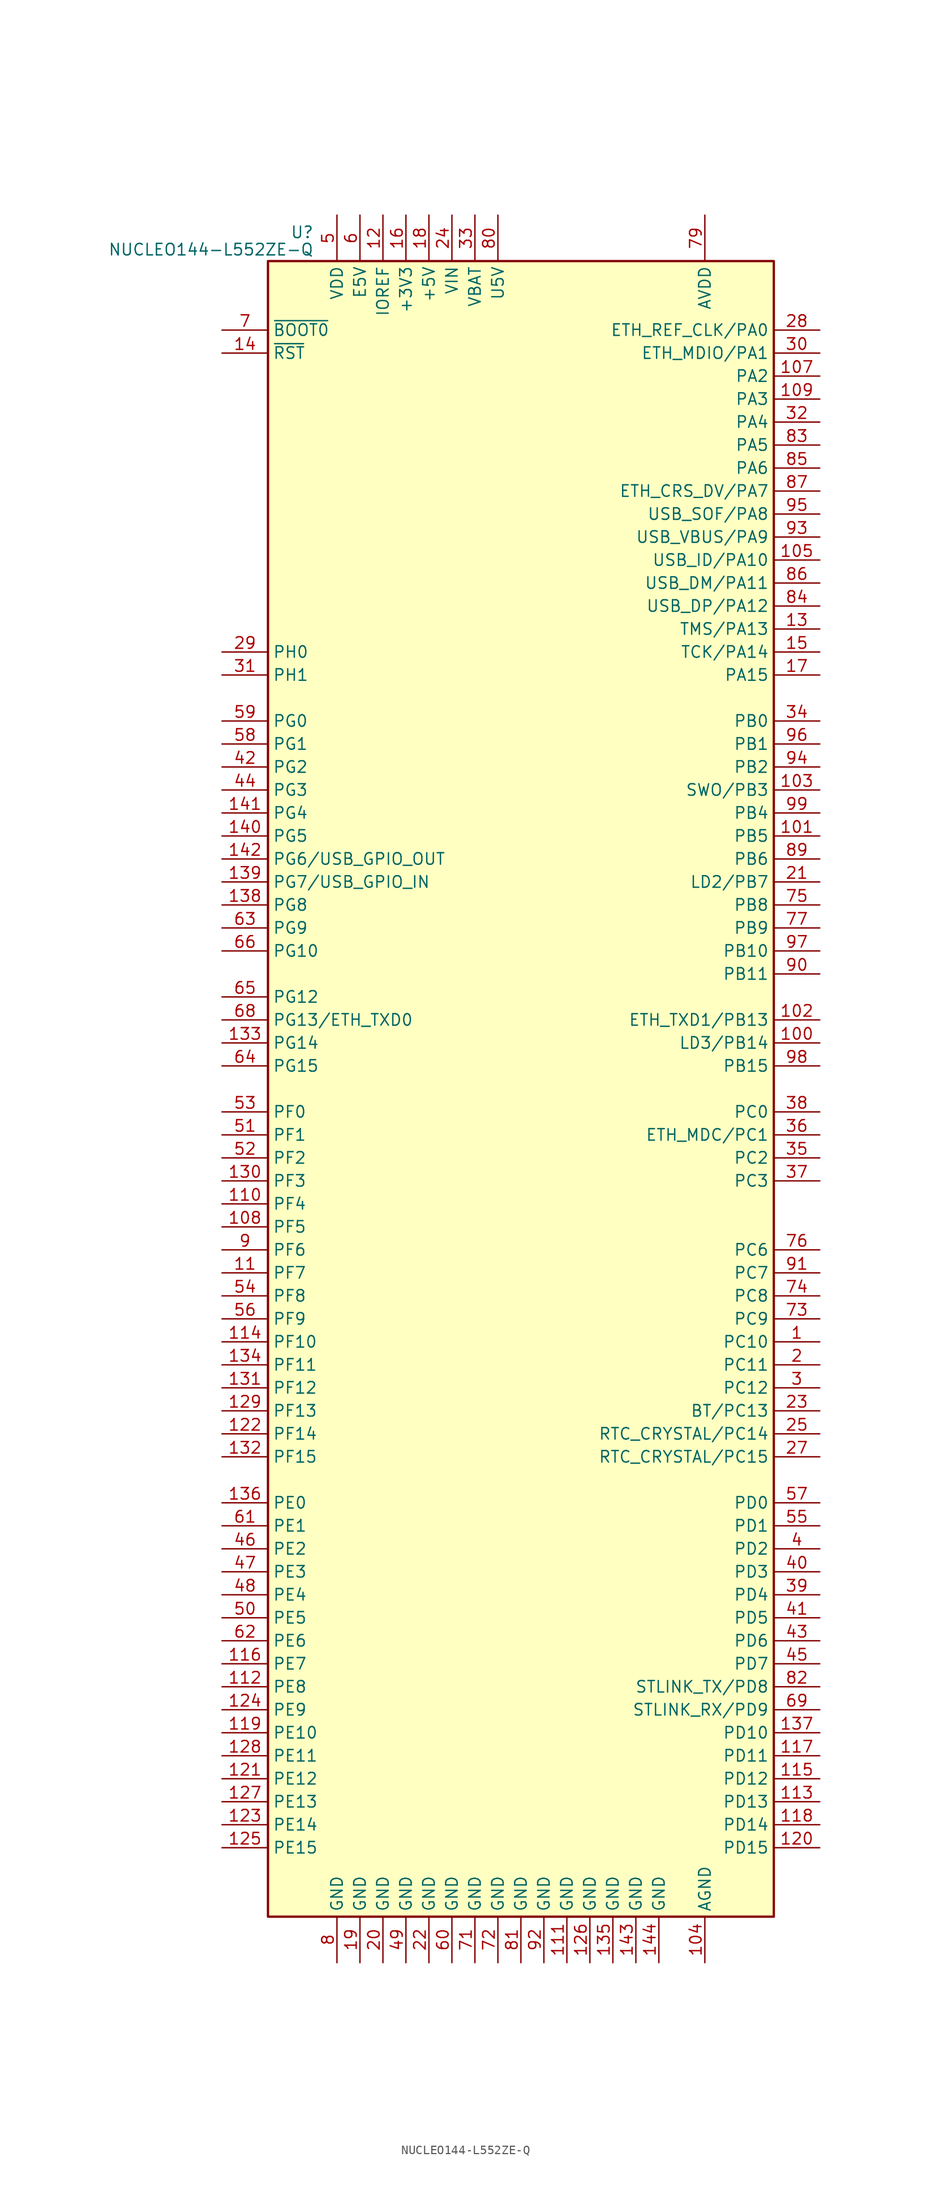
<source format=kicad_sym>
(kicad_symbol_lib
  (version 20211014)
  (generator kicad_symbol_editor)
  (symbol "NUCLEO144-L552ZE-Q"
    (property "Reference" "U"
      (at -22.86 94.615 0)
      (effects (font (size 1.27 1.27)) (justify right)))
    (property "Value" "NUCLEO144-L552ZE-Q"
      (at -22.86 92.71 0)
      (effects (font (size 1.27 1.27)) (justify right)))
    (symbol "NUCLEO144-L552ZE-Q_0_1"
      (rectangle (start -27.94 -91.44) (end 27.94 91.44) (stroke (width 0.254) (type default) (color 0 0 0 0)) (fill (type background))))
    (symbol "NUCLEO144-L552ZE-Q_1_1"
      (pin bidirectional line (at 33.02 -27.94 180) (length 5.08) (name "PC10" (effects (font (size 1.27 1.27)))) (number "1" (effects (font (size 1.27 1.27)))))
      (pin no_connect line (at -33.02 55.88 0) (length 5.08) hide (name "NC" (effects (font (size 1.27 1.27)))) (number "10" (effects (font (size 1.27 1.27)))))
      (pin bidirectional line (at 33.02 5.08 180) (length 5.08) (name "LD3/PB14" (effects (font (size 1.27 1.27)))) (number "100" (effects (font (size 1.27 1.27)))))
      (pin bidirectional line (at 33.02 27.94 180) (length 5.08) (name "PB5" (effects (font (size 1.27 1.27)))) (number "101" (effects (font (size 1.27 1.27)))))
      (pin bidirectional line (at 33.02 7.62 180) (length 5.08) (name "ETH_TXD1/PB13" (effects (font (size 1.27 1.27)))) (number "102" (effects (font (size 1.27 1.27)))))
      (pin bidirectional line (at 33.02 33.02 180) (length 5.08) (name "SWO/PB3" (effects (font (size 1.27 1.27)))) (number "103" (effects (font (size 1.27 1.27)))))
      (pin power_in line (at 20.32 -96.52 90) (length 5.08) (name "AGND" (effects (font (size 1.27 1.27)))) (number "104" (effects (font (size 1.27 1.27)))))
      (pin bidirectional line (at 33.02 58.42 180) (length 5.08) (name "USB_ID/PA10" (effects (font (size 1.27 1.27)))) (number "105" (effects (font (size 1.27 1.27)))))
      (pin no_connect line (at 33.02 -12.7 180) (length 5.08) hide (name "NC" (effects (font (size 1.27 1.27)))) (number "106" (effects (font (size 1.27 1.27)))))
      (pin bidirectional line (at 33.02 78.74 180) (length 5.08) (name "PA2" (effects (font (size 1.27 1.27)))) (number "107" (effects (font (size 1.27 1.27)))))
      (pin bidirectional line (at -33.02 -15.24 0) (length 5.08) (name "PF5" (effects (font (size 1.27 1.27)))) (number "108" (effects (font (size 1.27 1.27)))))
      (pin bidirectional line (at 33.02 76.2 180) (length 5.08) (name "PA3" (effects (font (size 1.27 1.27)))) (number "109" (effects (font (size 1.27 1.27)))))
      (pin bidirectional line (at -33.02 -20.32 0) (length 5.08) (name "PF7" (effects (font (size 1.27 1.27)))) (number "11" (effects (font (size 1.27 1.27)))))
      (pin bidirectional line (at -33.02 -12.7 0) (length 5.08) (name "PF4" (effects (font (size 1.27 1.27)))) (number "110" (effects (font (size 1.27 1.27)))))
      (pin power_in line (at 5.08 -96.52 90) (length 5.08) (name "GND" (effects (font (size 1.27 1.27)))) (number "111" (effects (font (size 1.27 1.27)))))
      (pin bidirectional line (at -33.02 -66.04 0) (length 5.08) (name "PE8" (effects (font (size 1.27 1.27)))) (number "112" (effects (font (size 1.27 1.27)))))
      (pin bidirectional line (at 33.02 -78.74 180) (length 5.08) (name "PD13" (effects (font (size 1.27 1.27)))) (number "113" (effects (font (size 1.27 1.27)))))
      (pin bidirectional line (at -33.02 -27.94 0) (length 5.08) (name "PF10" (effects (font (size 1.27 1.27)))) (number "114" (effects (font (size 1.27 1.27)))))
      (pin bidirectional line (at 33.02 -76.2 180) (length 5.08) (name "PD12" (effects (font (size 1.27 1.27)))) (number "115" (effects (font (size 1.27 1.27)))))
      (pin bidirectional line (at -33.02 -63.5 0) (length 5.08) (name "PE7" (effects (font (size 1.27 1.27)))) (number "116" (effects (font (size 1.27 1.27)))))
      (pin bidirectional line (at 33.02 -73.66 180) (length 5.08) (name "PD11" (effects (font (size 1.27 1.27)))) (number "117" (effects (font (size 1.27 1.27)))))
      (pin bidirectional line (at 33.02 -81.28 180) (length 5.08) (name "PD14" (effects (font (size 1.27 1.27)))) (number "118" (effects (font (size 1.27 1.27)))))
      (pin bidirectional line (at -33.02 -71.12 0) (length 5.08) (name "PE10" (effects (font (size 1.27 1.27)))) (number "119" (effects (font (size 1.27 1.27)))))
      (pin power_in line (at -15.24 96.52 270) (length 5.08) (name "IOREF" (effects (font (size 1.27 1.27)))) (number "12" (effects (font (size 1.27 1.27)))))
      (pin bidirectional line (at 33.02 -83.82 180) (length 5.08) (name "PD15" (effects (font (size 1.27 1.27)))) (number "120" (effects (font (size 1.27 1.27)))))
      (pin bidirectional line (at -33.02 -76.2 0) (length 5.08) (name "PE12" (effects (font (size 1.27 1.27)))) (number "121" (effects (font (size 1.27 1.27)))))
      (pin bidirectional line (at -33.02 -38.1 0) (length 5.08) (name "PF14" (effects (font (size 1.27 1.27)))) (number "122" (effects (font (size 1.27 1.27)))))
      (pin bidirectional line (at -33.02 -81.28 0) (length 5.08) (name "PE14" (effects (font (size 1.27 1.27)))) (number "123" (effects (font (size 1.27 1.27)))))
      (pin bidirectional line (at -33.02 -68.58 0) (length 5.08) (name "PE9" (effects (font (size 1.27 1.27)))) (number "124" (effects (font (size 1.27 1.27)))))
      (pin bidirectional line (at -33.02 -83.82 0) (length 5.08) (name "PE15" (effects (font (size 1.27 1.27)))) (number "125" (effects (font (size 1.27 1.27)))))
      (pin power_in line (at 7.62 -96.52 90) (length 5.08) (name "GND" (effects (font (size 1.27 1.27)))) (number "126" (effects (font (size 1.27 1.27)))))
      (pin bidirectional line (at -33.02 -78.74 0) (length 5.08) (name "PE13" (effects (font (size 1.27 1.27)))) (number "127" (effects (font (size 1.27 1.27)))))
      (pin bidirectional line (at -33.02 -73.66 0) (length 5.08) (name "PE11" (effects (font (size 1.27 1.27)))) (number "128" (effects (font (size 1.27 1.27)))))
      (pin bidirectional line (at -33.02 -35.56 0) (length 5.08) (name "PF13" (effects (font (size 1.27 1.27)))) (number "129" (effects (font (size 1.27 1.27)))))
      (pin bidirectional line (at 33.02 50.8 180) (length 5.08) (name "TMS/PA13" (effects (font (size 1.27 1.27)))) (number "13" (effects (font (size 1.27 1.27)))))
      (pin bidirectional line (at -33.02 -10.16 0) (length 5.08) (name "PF3" (effects (font (size 1.27 1.27)))) (number "130" (effects (font (size 1.27 1.27)))))
      (pin bidirectional line (at -33.02 -33.02 0) (length 5.08) (name "PF12" (effects (font (size 1.27 1.27)))) (number "131" (effects (font (size 1.27 1.27)))))
      (pin bidirectional line (at -33.02 -40.64 0) (length 5.08) (name "PF15" (effects (font (size 1.27 1.27)))) (number "132" (effects (font (size 1.27 1.27)))))
      (pin bidirectional line (at -33.02 5.08 0) (length 5.08) (name "PG14" (effects (font (size 1.27 1.27)))) (number "133" (effects (font (size 1.27 1.27)))))
      (pin bidirectional line (at -33.02 -30.48 0) (length 5.08) (name "PF11" (effects (font (size 1.27 1.27)))) (number "134" (effects (font (size 1.27 1.27)))))
      (pin power_in line (at 10.16 -96.52 90) (length 5.08) (name "GND" (effects (font (size 1.27 1.27)))) (number "135" (effects (font (size 1.27 1.27)))))
      (pin bidirectional line (at -33.02 -45.72 0) (length 5.08) (name "PE0" (effects (font (size 1.27 1.27)))) (number "136" (effects (font (size 1.27 1.27)))))
      (pin bidirectional line (at 33.02 -71.12 180) (length 5.08) (name "PD10" (effects (font (size 1.27 1.27)))) (number "137" (effects (font (size 1.27 1.27)))))
      (pin bidirectional line (at -33.02 20.32 0) (length 5.08) (name "PG8" (effects (font (size 1.27 1.27)))) (number "138" (effects (font (size 1.27 1.27)))))
      (pin bidirectional line (at -33.02 22.86 0) (length 5.08) (name "PG7/USB_GPIO_IN" (effects (font (size 1.27 1.27)))) (number "139" (effects (font (size 1.27 1.27)))))
      (pin input line (at -33.02 81.28 0) (length 5.08) (name "~{RST}" (effects (font (size 1.27 1.27)))) (number "14" (effects (font (size 1.27 1.27)))))
      (pin bidirectional line (at -33.02 27.94 0) (length 5.08) (name "PG5" (effects (font (size 1.27 1.27)))) (number "140" (effects (font (size 1.27 1.27)))))
      (pin bidirectional line (at -33.02 30.48 0) (length 5.08) (name "PG4" (effects (font (size 1.27 1.27)))) (number "141" (effects (font (size 1.27 1.27)))))
      (pin bidirectional line (at -33.02 25.4 0) (length 5.08) (name "PG6/USB_GPIO_OUT" (effects (font (size 1.27 1.27)))) (number "142" (effects (font (size 1.27 1.27)))))
      (pin power_in line (at 12.7 -96.52 90) (length 5.08) (name "GND" (effects (font (size 1.27 1.27)))) (number "143" (effects (font (size 1.27 1.27)))))
      (pin power_in line (at 15.24 -96.52 90) (length 5.08) (name "GND" (effects (font (size 1.27 1.27)))) (number "144" (effects (font (size 1.27 1.27)))))
      (pin bidirectional line (at 33.02 48.26 180) (length 5.08) (name "TCK/PA14" (effects (font (size 1.27 1.27)))) (number "15" (effects (font (size 1.27 1.27)))))
      (pin power_in line (at -12.7 96.52 270) (length 5.08) (name "+3V3" (effects (font (size 1.27 1.27)))) (number "16" (effects (font (size 1.27 1.27)))))
      (pin bidirectional line (at 33.02 45.72 180) (length 5.08) (name "PA15" (effects (font (size 1.27 1.27)))) (number "17" (effects (font (size 1.27 1.27)))))
      (pin power_in line (at -10.16 96.52 270) (length 5.08) (name "+5V" (effects (font (size 1.27 1.27)))) (number "18" (effects (font (size 1.27 1.27)))))
      (pin power_in line (at -17.78 -96.52 90) (length 5.08) (name "GND" (effects (font (size 1.27 1.27)))) (number "19" (effects (font (size 1.27 1.27)))))
      (pin bidirectional line (at 33.02 -30.48 180) (length 5.08) (name "PC11" (effects (font (size 1.27 1.27)))) (number "2" (effects (font (size 1.27 1.27)))))
      (pin power_in line (at -15.24 -96.52 90) (length 5.08) (name "GND" (effects (font (size 1.27 1.27)))) (number "20" (effects (font (size 1.27 1.27)))))
      (pin bidirectional line (at 33.02 22.86 180) (length 5.08) (name "LD2/PB7" (effects (font (size 1.27 1.27)))) (number "21" (effects (font (size 1.27 1.27)))))
      (pin power_in line (at -10.16 -96.52 90) (length 5.08) (name "GND" (effects (font (size 1.27 1.27)))) (number "22" (effects (font (size 1.27 1.27)))))
      (pin bidirectional line (at 33.02 -35.56 180) (length 5.08) (name "BT/PC13" (effects (font (size 1.27 1.27)))) (number "23" (effects (font (size 1.27 1.27)))))
      (pin power_in line (at -7.62 96.52 270) (length 5.08) (name "VIN" (effects (font (size 1.27 1.27)))) (number "24" (effects (font (size 1.27 1.27)))))
      (pin bidirectional line (at 33.02 -38.1 180) (length 5.08) (name "RTC_CRYSTAL/PC14" (effects (font (size 1.27 1.27)))) (number "25" (effects (font (size 1.27 1.27)))))
      (pin no_connect line (at -33.02 58.42 0) (length 5.08) hide (name "NC" (effects (font (size 1.27 1.27)))) (number "26" (effects (font (size 1.27 1.27)))))
      (pin bidirectional line (at 33.02 -40.64 180) (length 5.08) (name "RTC_CRYSTAL/PC15" (effects (font (size 1.27 1.27)))) (number "27" (effects (font (size 1.27 1.27)))))
      (pin bidirectional line (at 33.02 83.82 180) (length 5.08) (name "ETH_REF_CLK/PA0" (effects (font (size 1.27 1.27)))) (number "28" (effects (font (size 1.27 1.27)))))
      (pin bidirectional line (at -33.02 48.26 0) (length 5.08) (name "PH0" (effects (font (size 1.27 1.27)))) (number "29" (effects (font (size 1.27 1.27)))))
      (pin bidirectional line (at 33.02 -33.02 180) (length 5.08) (name "PC12" (effects (font (size 1.27 1.27)))) (number "3" (effects (font (size 1.27 1.27)))))
      (pin bidirectional line (at 33.02 81.28 180) (length 5.08) (name "ETH_MDIO/PA1" (effects (font (size 1.27 1.27)))) (number "30" (effects (font (size 1.27 1.27)))))
      (pin bidirectional line (at -33.02 45.72 0) (length 5.08) (name "PH1" (effects (font (size 1.27 1.27)))) (number "31" (effects (font (size 1.27 1.27)))))
      (pin bidirectional line (at 33.02 73.66 180) (length 5.08) (name "PA4" (effects (font (size 1.27 1.27)))) (number "32" (effects (font (size 1.27 1.27)))))
      (pin power_in line (at -5.08 96.52 270) (length 5.08) (name "VBAT" (effects (font (size 1.27 1.27)))) (number "33" (effects (font (size 1.27 1.27)))))
      (pin bidirectional line (at 33.02 40.64 180) (length 5.08) (name "PB0" (effects (font (size 1.27 1.27)))) (number "34" (effects (font (size 1.27 1.27)))))
      (pin bidirectional line (at 33.02 -7.62 180) (length 5.08) (name "PC2" (effects (font (size 1.27 1.27)))) (number "35" (effects (font (size 1.27 1.27)))))
      (pin bidirectional line (at 33.02 -5.08 180) (length 5.08) (name "ETH_MDC/PC1" (effects (font (size 1.27 1.27)))) (number "36" (effects (font (size 1.27 1.27)))))
      (pin bidirectional line (at 33.02 -10.16 180) (length 5.08) (name "PC3" (effects (font (size 1.27 1.27)))) (number "37" (effects (font (size 1.27 1.27)))))
      (pin bidirectional line (at 33.02 -2.54 180) (length 5.08) (name "PC0" (effects (font (size 1.27 1.27)))) (number "38" (effects (font (size 1.27 1.27)))))
      (pin bidirectional line (at 33.02 -55.88 180) (length 5.08) (name "PD4" (effects (font (size 1.27 1.27)))) (number "39" (effects (font (size 1.27 1.27)))))
      (pin bidirectional line (at 33.02 -50.8 180) (length 5.08) (name "PD2" (effects (font (size 1.27 1.27)))) (number "4" (effects (font (size 1.27 1.27)))))
      (pin bidirectional line (at 33.02 -53.34 180) (length 5.08) (name "PD3" (effects (font (size 1.27 1.27)))) (number "40" (effects (font (size 1.27 1.27)))))
      (pin bidirectional line (at 33.02 -58.42 180) (length 5.08) (name "PD5" (effects (font (size 1.27 1.27)))) (number "41" (effects (font (size 1.27 1.27)))))
      (pin bidirectional line (at -33.02 35.56 0) (length 5.08) (name "PG2" (effects (font (size 1.27 1.27)))) (number "42" (effects (font (size 1.27 1.27)))))
      (pin bidirectional line (at 33.02 -60.96 180) (length 5.08) (name "PD6" (effects (font (size 1.27 1.27)))) (number "43" (effects (font (size 1.27 1.27)))))
      (pin bidirectional line (at -33.02 33.02 0) (length 5.08) (name "PG3" (effects (font (size 1.27 1.27)))) (number "44" (effects (font (size 1.27 1.27)))))
      (pin bidirectional line (at 33.02 -63.5 180) (length 5.08) (name "PD7" (effects (font (size 1.27 1.27)))) (number "45" (effects (font (size 1.27 1.27)))))
      (pin bidirectional line (at -33.02 -50.8 0) (length 5.08) (name "PE2" (effects (font (size 1.27 1.27)))) (number "46" (effects (font (size 1.27 1.27)))))
      (pin bidirectional line (at -33.02 -53.34 0) (length 5.08) (name "PE3" (effects (font (size 1.27 1.27)))) (number "47" (effects (font (size 1.27 1.27)))))
      (pin bidirectional line (at -33.02 -55.88 0) (length 5.08) (name "PE4" (effects (font (size 1.27 1.27)))) (number "48" (effects (font (size 1.27 1.27)))))
      (pin power_in line (at -12.7 -96.52 90) (length 5.08) (name "GND" (effects (font (size 1.27 1.27)))) (number "49" (effects (font (size 1.27 1.27)))))
      (pin power_in line (at -20.32 96.52 270) (length 5.08) (name "VDD" (effects (font (size 1.27 1.27)))) (number "5" (effects (font (size 1.27 1.27)))))
      (pin bidirectional line (at -33.02 -58.42 0) (length 5.08) (name "PE5" (effects (font (size 1.27 1.27)))) (number "50" (effects (font (size 1.27 1.27)))))
      (pin bidirectional line (at -33.02 -5.08 0) (length 5.08) (name "PF1" (effects (font (size 1.27 1.27)))) (number "51" (effects (font (size 1.27 1.27)))))
      (pin bidirectional line (at -33.02 -7.62 0) (length 5.08) (name "PF2" (effects (font (size 1.27 1.27)))) (number "52" (effects (font (size 1.27 1.27)))))
      (pin bidirectional line (at -33.02 -2.54 0) (length 5.08) (name "PF0" (effects (font (size 1.27 1.27)))) (number "53" (effects (font (size 1.27 1.27)))))
      (pin bidirectional line (at -33.02 -22.86 0) (length 5.08) (name "PF8" (effects (font (size 1.27 1.27)))) (number "54" (effects (font (size 1.27 1.27)))))
      (pin bidirectional line (at 33.02 -48.26 180) (length 5.08) (name "PD1" (effects (font (size 1.27 1.27)))) (number "55" (effects (font (size 1.27 1.27)))))
      (pin bidirectional line (at -33.02 -25.4 0) (length 5.08) (name "PF9" (effects (font (size 1.27 1.27)))) (number "56" (effects (font (size 1.27 1.27)))))
      (pin bidirectional line (at 33.02 -45.72 180) (length 5.08) (name "PD0" (effects (font (size 1.27 1.27)))) (number "57" (effects (font (size 1.27 1.27)))))
      (pin bidirectional line (at -33.02 38.1 0) (length 5.08) (name "PG1" (effects (font (size 1.27 1.27)))) (number "58" (effects (font (size 1.27 1.27)))))
      (pin bidirectional line (at -33.02 40.64 0) (length 5.08) (name "PG0" (effects (font (size 1.27 1.27)))) (number "59" (effects (font (size 1.27 1.27)))))
      (pin power_in line (at -17.78 96.52 270) (length 5.08) (name "E5V" (effects (font (size 1.27 1.27)))) (number "6" (effects (font (size 1.27 1.27)))))
      (pin power_in line (at -7.62 -96.52 90) (length 5.08) (name "GND" (effects (font (size 1.27 1.27)))) (number "60" (effects (font (size 1.27 1.27)))))
      (pin bidirectional line (at -33.02 -48.26 0) (length 5.08) (name "PE1" (effects (font (size 1.27 1.27)))) (number "61" (effects (font (size 1.27 1.27)))))
      (pin bidirectional line (at -33.02 -60.96 0) (length 5.08) (name "PE6" (effects (font (size 1.27 1.27)))) (number "62" (effects (font (size 1.27 1.27)))))
      (pin bidirectional line (at -33.02 17.78 0) (length 5.08) (name "PG9" (effects (font (size 1.27 1.27)))) (number "63" (effects (font (size 1.27 1.27)))))
      (pin bidirectional line (at -33.02 2.54 0) (length 5.08) (name "PG15" (effects (font (size 1.27 1.27)))) (number "64" (effects (font (size 1.27 1.27)))))
      (pin bidirectional line (at -33.02 10.16 0) (length 5.08) (name "PG12" (effects (font (size 1.27 1.27)))) (number "65" (effects (font (size 1.27 1.27)))))
      (pin bidirectional line (at -33.02 15.24 0) (length 5.08) (name "PG10" (effects (font (size 1.27 1.27)))) (number "66" (effects (font (size 1.27 1.27)))))
      (pin no_connect line (at -33.02 53.34 0) (length 5.08) hide (name "NC" (effects (font (size 1.27 1.27)))) (number "67" (effects (font (size 1.27 1.27)))))
      (pin bidirectional line (at -33.02 7.62 0) (length 5.08) (name "PG13/ETH_TXD0" (effects (font (size 1.27 1.27)))) (number "68" (effects (font (size 1.27 1.27)))))
      (pin bidirectional line (at 33.02 -68.58 180) (length 5.08) (name "STLINK_RX/PD9" (effects (font (size 1.27 1.27)))) (number "69" (effects (font (size 1.27 1.27)))))
      (pin input line (at -33.02 83.82 0) (length 5.08) (name "~{BOOT0}" (effects (font (size 1.27 1.27)))) (number "7" (effects (font (size 1.27 1.27)))))
      (pin no_connect line (at -33.02 12.7 0) (length 5.08) hide (name "NC" (effects (font (size 1.27 1.27)))) (number "70" (effects (font (size 1.27 1.27)))))
      (pin power_in line (at -5.08 -96.52 90) (length 5.08) (name "GND" (effects (font (size 1.27 1.27)))) (number "71" (effects (font (size 1.27 1.27)))))
      (pin power_in line (at -2.54 -96.52 90) (length 5.08) (name "GND" (effects (font (size 1.27 1.27)))) (number "72" (effects (font (size 1.27 1.27)))))
      (pin bidirectional line (at 33.02 -25.4 180) (length 5.08) (name "PC9" (effects (font (size 1.27 1.27)))) (number "73" (effects (font (size 1.27 1.27)))))
      (pin bidirectional line (at 33.02 -22.86 180) (length 5.08) (name "PC8" (effects (font (size 1.27 1.27)))) (number "74" (effects (font (size 1.27 1.27)))))
      (pin bidirectional line (at 33.02 20.32 180) (length 5.08) (name "PB8" (effects (font (size 1.27 1.27)))) (number "75" (effects (font (size 1.27 1.27)))))
      (pin bidirectional line (at 33.02 -17.78 180) (length 5.08) (name "PC6" (effects (font (size 1.27 1.27)))) (number "76" (effects (font (size 1.27 1.27)))))
      (pin bidirectional line (at 33.02 17.78 180) (length 5.08) (name "PB9" (effects (font (size 1.27 1.27)))) (number "77" (effects (font (size 1.27 1.27)))))
      (pin no_connect line (at 33.02 -15.24 180) (length 5.08) hide (name "NC" (effects (font (size 1.27 1.27)))) (number "78" (effects (font (size 1.27 1.27)))))
      (pin power_in line (at 20.32 96.52 270) (length 5.08) (name "AVDD" (effects (font (size 1.27 1.27)))) (number "79" (effects (font (size 1.27 1.27)))))
      (pin power_in line (at -20.32 -96.52 90) (length 5.08) (name "GND" (effects (font (size 1.27 1.27)))) (number "8" (effects (font (size 1.27 1.27)))))
      (pin power_in line (at -2.54 96.52 270) (length 5.08) (name "U5V" (effects (font (size 1.27 1.27)))) (number "80" (effects (font (size 1.27 1.27)))))
      (pin power_in line (at 0 -96.52 90) (length 5.08) (name "GND" (effects (font (size 1.27 1.27)))) (number "81" (effects (font (size 1.27 1.27)))))
      (pin bidirectional line (at 33.02 -66.04 180) (length 5.08) (name "STLINK_TX/PD8" (effects (font (size 1.27 1.27)))) (number "82" (effects (font (size 1.27 1.27)))))
      (pin bidirectional line (at 33.02 71.12 180) (length 5.08) (name "PA5" (effects (font (size 1.27 1.27)))) (number "83" (effects (font (size 1.27 1.27)))))
      (pin bidirectional line (at 33.02 53.34 180) (length 5.08) (name "USB_DP/PA12" (effects (font (size 1.27 1.27)))) (number "84" (effects (font (size 1.27 1.27)))))
      (pin bidirectional line (at 33.02 68.58 180) (length 5.08) (name "PA6" (effects (font (size 1.27 1.27)))) (number "85" (effects (font (size 1.27 1.27)))))
      (pin bidirectional line (at 33.02 55.88 180) (length 5.08) (name "USB_DM/PA11" (effects (font (size 1.27 1.27)))) (number "86" (effects (font (size 1.27 1.27)))))
      (pin bidirectional line (at 33.02 66.04 180) (length 5.08) (name "ETH_CRS_DV/PA7" (effects (font (size 1.27 1.27)))) (number "87" (effects (font (size 1.27 1.27)))))
      (pin no_connect line (at 33.02 10.16 180) (length 5.08) hide (name "NC" (effects (font (size 1.27 1.27)))) (number "88" (effects (font (size 1.27 1.27)))))
      (pin bidirectional line (at 33.02 25.4 180) (length 5.08) (name "PB6" (effects (font (size 1.27 1.27)))) (number "89" (effects (font (size 1.27 1.27)))))
      (pin bidirectional line (at -33.02 -17.78 0) (length 5.08) (name "PF6" (effects (font (size 1.27 1.27)))) (number "9" (effects (font (size 1.27 1.27)))))
      (pin bidirectional line (at 33.02 12.7 180) (length 5.08) (name "PB11" (effects (font (size 1.27 1.27)))) (number "90" (effects (font (size 1.27 1.27)))))
      (pin bidirectional line (at 33.02 -20.32 180) (length 5.08) (name "PC7" (effects (font (size 1.27 1.27)))) (number "91" (effects (font (size 1.27 1.27)))))
      (pin power_in line (at 2.54 -96.52 90) (length 5.08) (name "GND" (effects (font (size 1.27 1.27)))) (number "92" (effects (font (size 1.27 1.27)))))
      (pin bidirectional line (at 33.02 60.96 180) (length 5.08) (name "USB_VBUS/PA9" (effects (font (size 1.27 1.27)))) (number "93" (effects (font (size 1.27 1.27)))))
      (pin bidirectional line (at 33.02 35.56 180) (length 5.08) (name "PB2" (effects (font (size 1.27 1.27)))) (number "94" (effects (font (size 1.27 1.27)))))
      (pin bidirectional line (at 33.02 63.5 180) (length 5.08) (name "USB_SOF/PA8" (effects (font (size 1.27 1.27)))) (number "95" (effects (font (size 1.27 1.27)))))
      (pin bidirectional line (at 33.02 38.1 180) (length 5.08) (name "PB1" (effects (font (size 1.27 1.27)))) (number "96" (effects (font (size 1.27 1.27)))))
      (pin bidirectional line (at 33.02 15.24 180) (length 5.08) (name "PB10" (effects (font (size 1.27 1.27)))) (number "97" (effects (font (size 1.27 1.27)))))
      (pin bidirectional line (at 33.02 2.54 180) (length 5.08) (name "PB15" (effects (font (size 1.27 1.27)))) (number "98" (effects (font (size 1.27 1.27)))))
      (pin bidirectional line (at 33.02 30.48 180) (length 5.08) (name "PB4" (effects (font (size 1.27 1.27)))) (number "99" (effects (font (size 1.27 1.27))))))))
</source>
